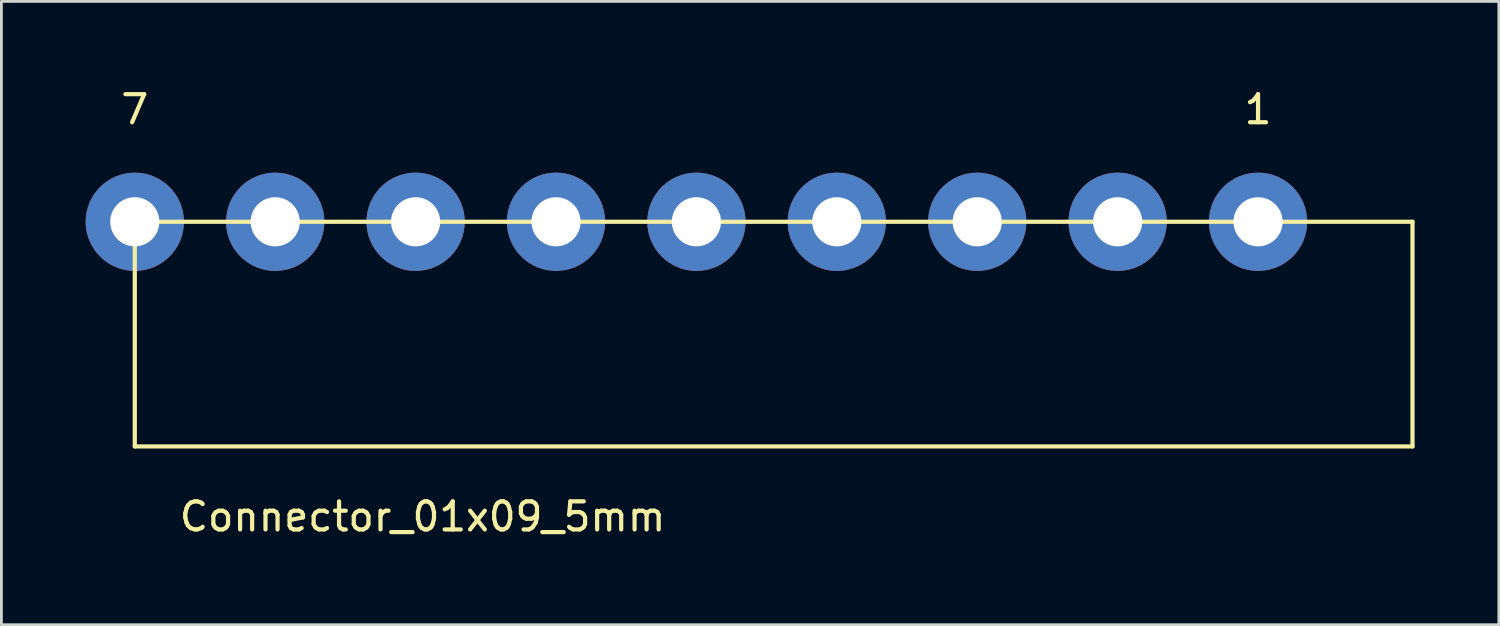
<source format=kicad_pcb>
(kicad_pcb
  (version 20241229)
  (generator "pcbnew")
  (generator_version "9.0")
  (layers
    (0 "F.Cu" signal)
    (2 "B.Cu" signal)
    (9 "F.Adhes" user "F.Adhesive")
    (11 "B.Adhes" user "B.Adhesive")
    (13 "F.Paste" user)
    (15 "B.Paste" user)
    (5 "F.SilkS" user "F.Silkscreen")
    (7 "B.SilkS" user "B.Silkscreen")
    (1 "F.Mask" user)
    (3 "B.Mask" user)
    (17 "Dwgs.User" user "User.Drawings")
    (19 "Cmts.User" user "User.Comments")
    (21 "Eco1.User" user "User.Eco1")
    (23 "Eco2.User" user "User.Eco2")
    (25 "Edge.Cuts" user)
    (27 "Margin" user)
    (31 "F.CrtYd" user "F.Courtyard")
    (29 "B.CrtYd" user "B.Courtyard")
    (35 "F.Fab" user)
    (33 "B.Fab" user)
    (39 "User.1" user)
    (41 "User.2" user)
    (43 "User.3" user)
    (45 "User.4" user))
  (footprint "Connector_01x09_5mm"
    (layer "F.Cu")
    (at 41.75 4.848)
    (property "Reference" "Connector_01x09_5mm" (at -29.75 10.5 0) (layer "F.SilkS") (effects (font (size 1 1) (thickness 0.15))))
    (attr through_hole)
    (fp_line (start -40 8) (end -40 0) (stroke (width 0.15) (type solid)) (layer "F.SilkS"))
    (fp_line (start -40 8) (end 5.5 8) (stroke (width 0.15) (type solid)) (layer "F.SilkS"))
    (fp_line (start 5.5 0) (end -40 0) (stroke (width 0.15) (type solid)) (layer "F.SilkS"))
    (fp_line (start 5.5 8) (end 5.5 0) (stroke (width 0.15) (type solid)) (layer "F.SilkS"))
    (fp_text user "7" (at -40 -4 0) (layer "F.SilkS") (effects (font (size 1 1) (thickness 0.15))))
    (fp_text user "1" (at 0 -4 0) (layer "F.SilkS") (effects (font (size 1 1) (thickness 0.15))))
    (pad "1" thru_hole circle (at 0 0 180) (size 3.5 3.5) (drill 1.75) (layers "B.Cu" "B.Mask"))
    (pad "2" thru_hole circle (at -5 0 180) (size 3.5 3.5) (drill 1.75) (layers "B.Cu" "B.Mask"))
    (pad "3" thru_hole circle (at -10 0 180) (size 3.5 3.5) (drill 1.75) (layers "B.Cu" "B.Mask"))
    (pad "4" thru_hole circle (at -15 0 180) (size 3.5 3.5) (drill 1.75) (layers "B.Cu" "B.Mask"))
    (pad "5" thru_hole circle (at -20 0 180) (size 3.5 3.5) (drill 1.75) (layers "B.Cu" "B.Mask"))
    (pad "6" thru_hole circle (at -25 0 180) (size 3.5 3.5) (drill 1.75) (layers "B.Cu" "B.Mask"))
    (pad "7" thru_hole circle (at -30 0 180) (size 3.5 3.5) (drill 1.75) (layers "B.Cu" "B.Mask"))
    (pad "8" thru_hole circle (at -35 0 180) (size 3.5 3.5) (drill 1.75) (layers "B.Cu" "B.Mask"))
    (pad "9" thru_hole circle (at -40 0 180) (size 3.5 3.5) (drill 1.75) (layers "B.Cu" "B.Mask")))
  (gr_rect
    (start -3 -3)
    (end 50.325 19.197)
    (stroke (width 0.1) (type default))
    (fill no)
    (layer "Edge.Cuts")))
</source>
